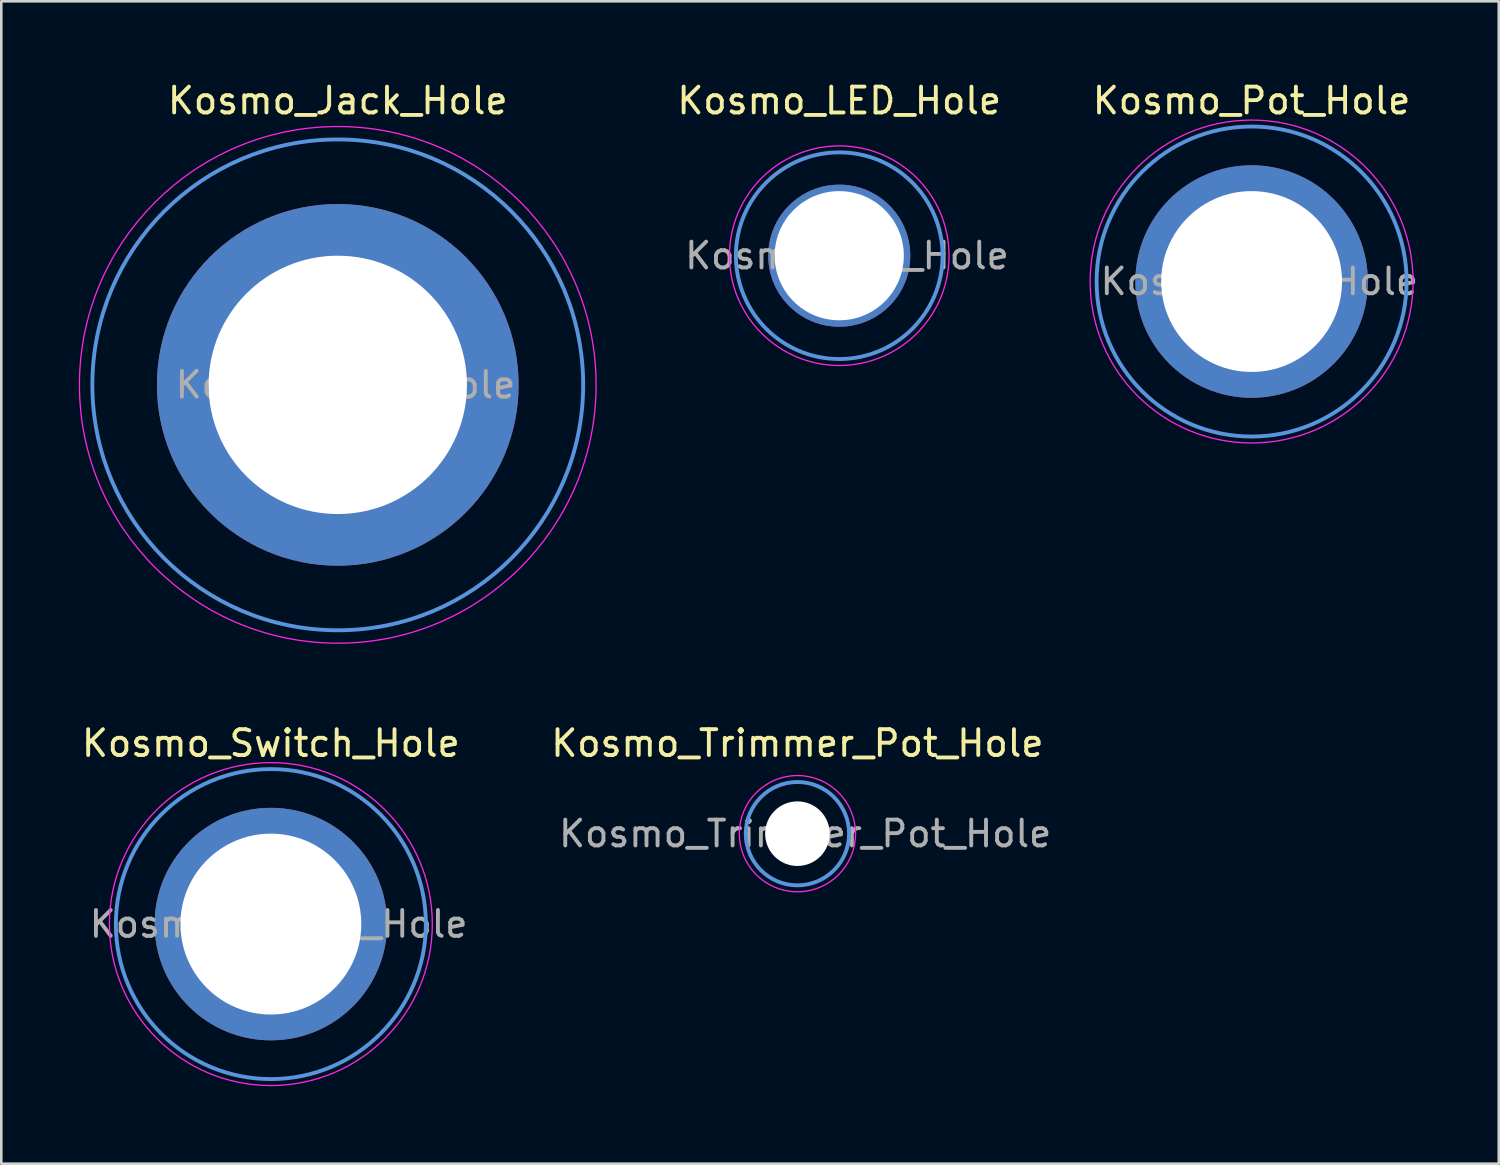
<source format=kicad_pcb>
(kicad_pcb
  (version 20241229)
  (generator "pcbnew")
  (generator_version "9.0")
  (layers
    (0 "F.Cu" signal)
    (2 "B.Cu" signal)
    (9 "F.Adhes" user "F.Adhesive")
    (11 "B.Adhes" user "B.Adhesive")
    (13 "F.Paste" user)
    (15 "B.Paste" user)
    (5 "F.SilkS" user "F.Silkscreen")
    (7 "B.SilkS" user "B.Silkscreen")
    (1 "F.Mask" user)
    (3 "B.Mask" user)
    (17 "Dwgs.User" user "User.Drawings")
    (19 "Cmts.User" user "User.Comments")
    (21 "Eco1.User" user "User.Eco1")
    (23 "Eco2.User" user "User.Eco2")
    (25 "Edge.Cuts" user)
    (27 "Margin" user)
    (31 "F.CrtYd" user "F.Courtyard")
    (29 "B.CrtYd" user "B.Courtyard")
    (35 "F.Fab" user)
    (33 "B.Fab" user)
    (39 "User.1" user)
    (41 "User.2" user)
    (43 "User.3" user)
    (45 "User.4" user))
  (footprint "Kosmo_LED_Hole"
    (layer "F.Cu")
    (at 29.437 6.848)
    (property "Reference" "Kosmo_LED_Hole" (at 0 -6 0) (layer "F.SilkS") (effects (font (size 1 1) (thickness 0.15))))
    (attr exclude_from_pos_files exclude_from_bom)
    (fp_circle (center 0 0) (end 4 0) (stroke (width 0.15) (type solid)) (fill no) (layer "Cmts.User"))
    (fp_circle (center 0 0) (end 4.25 0) (stroke (width 0.05) (type solid)) (fill no) (layer "F.CrtYd"))
    (fp_text user "${REFERENCE}" (at 0.3 0 0) (layer "F.Fab") (effects (font (size 1 1) (thickness 0.15))))
    (pad "1" thru_hole circle (at 0 0) (size 5.5 5.5) (drill 5) (layers "*.Cu" "*.Mask")))
  (footprint "Kosmo_Jack_Hole"
    (layer "F.Cu")
    (at 10.025 11.848)
    (property "Reference" "Kosmo_Jack_Hole" (at 0 -11 0) (layer "F.SilkS") (effects (font (size 1 1) (thickness 0.15))))
    (attr exclude_from_pos_files exclude_from_bom)
    (fp_circle (center 0 0) (end 9.5 0) (stroke (width 0.15) (type solid)) (fill no) (layer "Cmts.User"))
    (fp_circle (center 0 0) (end 10 0) (stroke (width 0.05) (type solid)) (fill no) (layer "F.CrtYd"))
    (fp_text user "${REFERENCE}" (at 0.3 0 0) (layer "F.Fab") (effects (font (size 1 1) (thickness 0.15))))
    (pad "1" thru_hole circle (at 0 0) (size 14 14) (drill 10) (layers "*.Cu" "*.Mask")))
  (footprint "Kosmo_Pot_Hole"
    (layer "F.Cu")
    (at 45.399 7.848)
    (property "Reference" "Kosmo_Pot_Hole" (at 0 -7 0) (layer "F.SilkS") (effects (font (size 1 1) (thickness 0.15))))
    (attr exclude_from_pos_files exclude_from_bom)
    (fp_circle (center 0 0) (end 6 0) (stroke (width 0.15) (type solid)) (fill no) (layer "Cmts.User"))
    (fp_circle (center 0 0) (end 6.25 0) (stroke (width 0.05) (type solid)) (fill no) (layer "F.CrtYd"))
    (fp_text user "${REFERENCE}" (at 0.3 0 0) (layer "F.Fab") (effects (font (size 1 1) (thickness 0.15))))
    (pad "1" thru_hole circle (at 0 0) (size 9 9) (drill 7) (layers "*.Cu" "*.Mask")))
  (footprint "Kosmo_Trimmer_Pot_Hole"
    (layer "F.Cu")
    (at 27.818 29.221)
    (property "Reference" "Kosmo_Trimmer_Pot_Hole" (at 0 -3.5 0) (layer "F.SilkS") (effects (font (size 1 1) (thickness 0.15))))
    (attr exclude_from_pos_files exclude_from_bom)
    (fp_circle (center 0 0) (end 2 0) (stroke (width 0.15) (type solid)) (fill no) (layer "Cmts.User"))
    (fp_circle (center 0 0) (end 2.25 0) (stroke (width 0.05) (type solid)) (fill no) (layer "F.CrtYd"))
    (fp_text user "${REFERENCE}" (at 0.3 0 0) (layer "F.Fab") (effects (font (size 1 1) (thickness 0.15))))
    (pad "" np_thru_hole circle (at 0 0) (size 2.5 2.5) (drill 2.5) (layers "*.Cu" "*.Mask")))
  (footprint "Kosmo_Switch_Hole"
    (layer "F.Cu")
    (at 7.435 32.721)
    (property "Reference" "Kosmo_Switch_Hole" (at 0 -7 0) (layer "F.SilkS") (effects (font (size 1 1) (thickness 0.15))))
    (attr exclude_from_pos_files exclude_from_bom)
    (fp_circle (center 0 0) (end 6 0) (stroke (width 0.15) (type solid)) (fill no) (layer "Cmts.User"))
    (fp_circle (center 0 0) (end 6.25 0) (stroke (width 0.05) (type solid)) (fill no) (layer "F.CrtYd"))
    (fp_text user "${REFERENCE}" (at 0.3 0 0) (layer "F.Fab") (effects (font (size 1 1) (thickness 0.15))))
    (pad "1" thru_hole circle (at 0 0) (size 9 9) (drill 7) (layers "*.Cu" "*.Mask")))
  (gr_rect
    (start -3 -3)
    (end 54.967 41.996)
    (stroke (width 0.1) (type default))
    (fill no)
    (layer "Edge.Cuts")))
</source>
